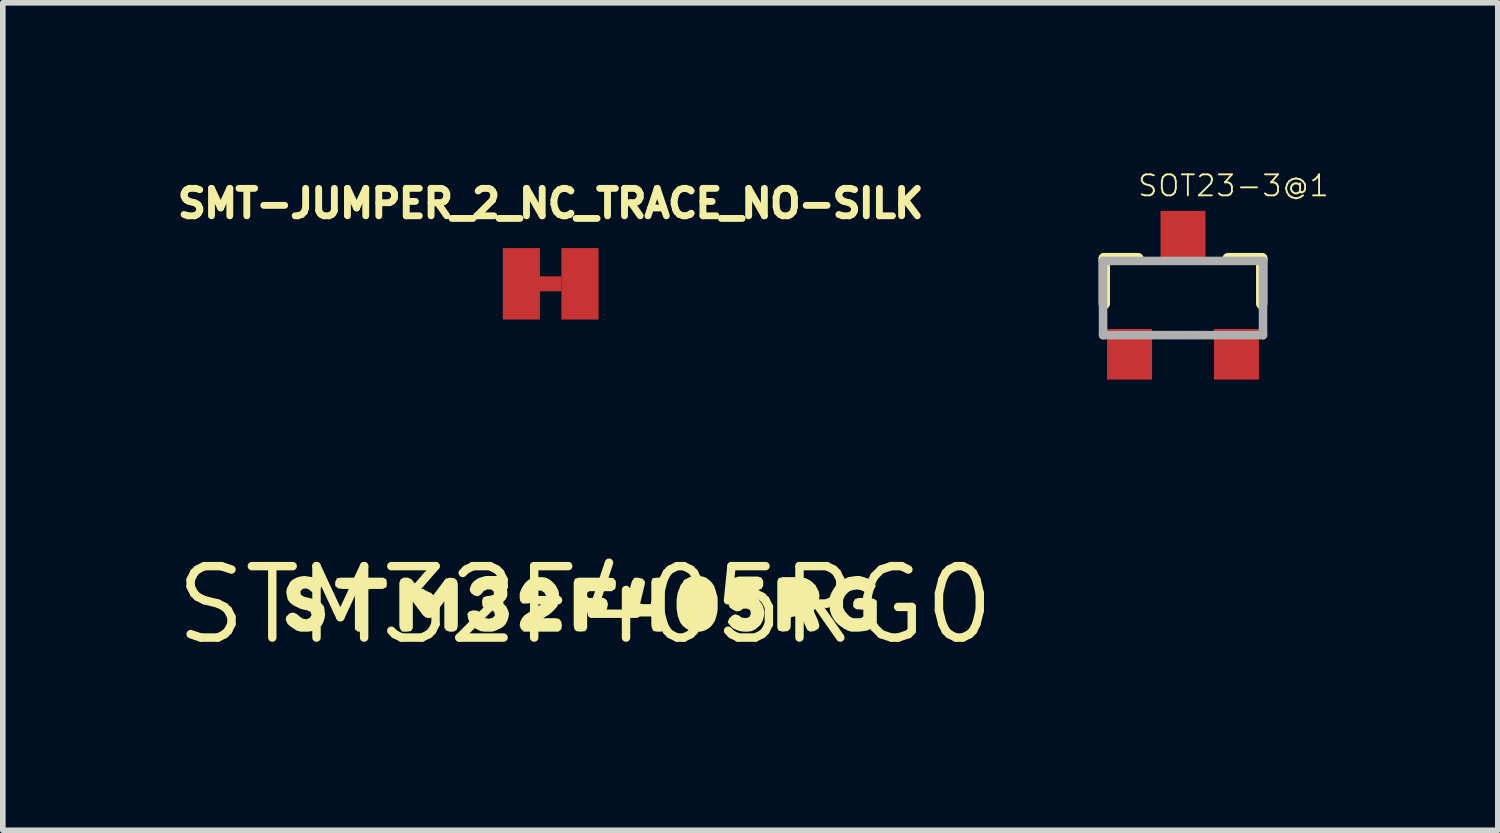
<source format=kicad_pcb>
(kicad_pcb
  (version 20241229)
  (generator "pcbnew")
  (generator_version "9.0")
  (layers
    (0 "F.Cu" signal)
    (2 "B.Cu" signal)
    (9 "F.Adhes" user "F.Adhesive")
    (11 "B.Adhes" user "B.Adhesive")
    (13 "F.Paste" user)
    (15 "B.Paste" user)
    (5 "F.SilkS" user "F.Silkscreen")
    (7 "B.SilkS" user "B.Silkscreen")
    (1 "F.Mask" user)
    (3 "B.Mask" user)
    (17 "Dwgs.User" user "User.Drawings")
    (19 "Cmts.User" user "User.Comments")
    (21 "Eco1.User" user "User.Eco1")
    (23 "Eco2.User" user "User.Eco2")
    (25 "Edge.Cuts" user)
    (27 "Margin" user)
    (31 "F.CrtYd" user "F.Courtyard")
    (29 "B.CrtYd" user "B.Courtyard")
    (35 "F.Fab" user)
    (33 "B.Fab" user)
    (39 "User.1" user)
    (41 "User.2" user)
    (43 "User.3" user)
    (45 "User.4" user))
  (footprint "SOT23-3@1"
    (layer "F.Cu")
    (at 17.984 2.249)
    (property "Reference" "SOT23-3@1" (at -0.826 -1.778 0) (layer "F.SilkS") (effects (font (size 0.374 0.374) (thickness 0.033)) (justify left bottom)))
    (fp_line (start -1.4 -0.7) (end -1.4 0.1) (stroke (width 0.203) (type solid)) (layer "F.SilkS"))
    (fp_line (start -0.8 -0.7) (end -1.4 -0.7) (stroke (width 0.203) (type solid)) (layer "F.SilkS"))
    (fp_line (start 0.8 -0.7) (end 1.4 -0.7) (stroke (width 0.203) (type solid)) (layer "F.SilkS"))
    (fp_line (start 1.4 -0.7) (end 1.4 0.1) (stroke (width 0.203) (type solid)) (layer "F.SilkS"))
    (fp_line (start -1.422 -0.66) (end 1.422 -0.66) (stroke (width 0.152) (type solid)) (layer "F.Fab"))
    (fp_line (start -1.422 0.66) (end -1.422 -0.66) (stroke (width 0.152) (type solid)) (layer "F.Fab"))
    (fp_line (start 1.422 -0.66) (end 1.422 0.66) (stroke (width 0.152) (type solid)) (layer "F.Fab"))
    (fp_line (start 1.422 0.66) (end -1.422 0.66) (stroke (width 0.152) (type solid)) (layer "F.Fab"))
    (pad "1" smd rect (at -0.95 1) (size 0.8 0.9) (layers "F.Cu" "F.Mask" "F.Paste"))
    (pad "2" smd rect (at 0.95 1) (size 0.8 0.9) (layers "F.Cu" "F.Mask" "F.Paste"))
    (pad "3" smd rect (at 0 -1.1) (size 0.8 0.9) (layers "F.Cu" "F.Mask" "F.Paste")))
  (footprint "STM32F405RG0"
    (layer "F.Cu")
    (at 7.355 7.706)
    (property "Reference" "STM32F405RG0" (at 0 0 0) (layer "F.SilkS") (effects (font (size 1.27 1.27) (thickness 0.15))))
    (fp_poly (pts (xy -3.535 -0.453) (xy -3.525 -0.38) (xy -3.535 -0.317) (xy -3.599 -0.285) (xy -3.81 -0.285) (xy -3.865 -0.276) (xy -3.865 0.401) (xy -3.897 0.465) (xy -3.96 0.475) (xy -4.042 0.475) (xy -4.095 0.432) (xy -4.095 -0.248) (xy -4.122 -0.285) (xy -4.32 -0.285) (xy -4.392 -0.295) (xy -4.445 -0.338) (xy -4.445 -0.411) (xy -4.413 -0.475) (xy -4.35 -0.485) (xy -3.589 -0.485)) (stroke (width 0) (type default)) (fill yes) (layer "F.SilkS"))
    (fp_poly (pts (xy 0.503 -0.475) (xy 0.545 -0.422) (xy 0.545 -0.35) (xy 0.535 -0.287) (xy 0.472 -0.245) (xy 0.072 -0.245) (xy 0.035 -0.217) (xy 0.035 -0.152) (xy 0.062 -0.125) (xy 0.332 -0.125) (xy 0.384 -0.083) (xy 0.405 -0.01) (xy 0.385 0.072) (xy 0.353 0.115) (xy 0.28 0.125) (xy 0.071 0.125) (xy 0.035 0.143) (xy 0.035 0.411) (xy 0.003 0.465) (xy -0.08 0.475) (xy -0.163 0.465) (xy -0.195 0.422) (xy -0.205 0.35) (xy -0.205 -0.401) (xy -0.184 -0.464) (xy -0.121 -0.485) (xy 0.43 -0.485)) (stroke (width 0) (type default)) (fill yes) (layer "F.SilkS"))
    (fp_poly (pts (xy 1.023 -0.464) (xy 1.065 -0.411) (xy 1.055 -0.349) (xy 0.976 -0.024) (xy 1.03 -0.015) (xy 1.166 -0.015) (xy 1.175 -0.07) (xy 1.175 -0.411) (xy 1.196 -0.475) (xy 1.27 -0.485) (xy 1.341 -0.485) (xy 1.394 -0.453) (xy 1.415 -0.381) (xy 1.415 0.36) (xy 1.405 0.433) (xy 1.352 0.475) (xy 1.28 0.475) (xy 1.217 0.465) (xy 1.185 0.412) (xy 1.175 0.34) (xy 1.175 0.205) (xy 0.85 0.205) (xy 0.768 0.195) (xy 0.715 0.163) (xy 0.705 0.09) (xy 0.715 0.029) (xy 0.815 -0.371) (xy 0.836 -0.432) (xy 0.878 -0.485) (xy 0.941 -0.485)) (stroke (width 0) (type default)) (fill yes) (layer "F.SilkS"))
    (fp_poly (pts (xy -2.328 -0.475) (xy -2.286 -0.443) (xy -2.265 -0.381) (xy -2.265 0.371) (xy -2.286 0.443) (xy -2.339 0.475) (xy -2.411 0.475) (xy -2.473 0.454) (xy -2.505 0.401) (xy -2.505 -0.065) (xy -2.666 0.153) (xy -2.697 0.194) (xy -2.759 0.235) (xy -2.832 0.225) (xy -2.884 0.184) (xy -3.064 -0.057) (xy -3.065 -0.058) (xy -3.065 0.411) (xy -3.097 0.465) (xy -3.17 0.475) (xy -3.252 0.475) (xy -3.295 0.422) (xy -3.305 0.36) (xy -3.305 -0.391) (xy -3.284 -0.453) (xy -3.231 -0.485) (xy -3.149 -0.485) (xy -3.087 -0.454) (xy -3.046 -0.403) (xy -2.798 -0.086) (xy -2.753 -0.104) (xy -2.604 -0.303) (xy -2.483 -0.464) (xy -2.41 -0.485)) (stroke (width 0) (type default)) (fill yes) (layer "F.SilkS"))
    (fp_poly (pts (xy 3.861 -0.485) (xy 3.922 -0.475) (xy 3.983 -0.444) (xy 4.048 -0.401) (xy 4.042 -0.395) (xy 4.094 -0.353) (xy 4.155 -0.232) (xy 4.165 -0.16) (xy 4.155 -0.089) (xy 4.145 -0.018) (xy 4.114 0.043) (xy 4.065 0.092) (xy 4.075 0.138) (xy 4.135 0.268) (xy 4.145 0.299) (xy 4.165 0.37) (xy 4.144 0.423) (xy 4.072 0.465) (xy 3.999 0.475) (xy 3.946 0.443) (xy 3.876 0.282) (xy 3.827 0.205) (xy 3.701 0.205) (xy 3.655 0.223) (xy 3.655 0.36) (xy 3.645 0.422) (xy 3.602 0.465) (xy 3.51 0.475) (xy 3.436 0.454) (xy 3.415 0.401) (xy 3.415 -0.421) (xy 3.436 -0.474) (xy 3.509 -0.495) (xy 3.79 -0.495)) (stroke (width 0) (type default)) (fill yes) (layer "F.SilkS"))
    (fp_poly (pts (xy 2.091 -0.505) (xy 2.152 -0.484) (xy 2.213 -0.434) (xy 2.254 -0.393) (xy 2.295 -0.332) (xy 2.315 -0.271) (xy 2.336 -0.196) (xy 2.336 -0.196) (xy 2.355 -0.131) (xy 2.355 0.08) (xy 2.345 0.151) (xy 2.325 0.221) (xy 2.305 0.282) (xy 2.274 0.333) (xy 2.234 0.384) (xy 2.183 0.424) (xy 2.122 0.455) (xy 2.051 0.475) (xy 1.909 0.475) (xy 1.848 0.455) (xy 1.787 0.414) (xy 1.736 0.374) (xy 1.696 0.323) (xy 1.665 0.252) (xy 1.645 0.191) (xy 1.635 0.131) (xy 1.625 0.06) (xy 1.625 -0.09) (xy 1.635 -0.161) (xy 1.645 -0.221) (xy 1.675 -0.292) (xy 1.696 -0.352) (xy 1.736 -0.403) (xy 1.756 -0.444) (xy 1.818 -0.474) (xy 1.878 -0.505) (xy 1.95 -0.515) (xy 2.02 -0.515)) (stroke (width 0) (type default)) (fill yes) (layer "F.SilkS"))
    (fp_poly (pts (xy 3.133 -0.484) (xy 3.165 -0.431) (xy 3.165 -0.339) (xy 3.133 -0.286) (xy 3.071 -0.265) (xy 2.87 -0.265) (xy 2.825 -0.256) (xy 2.825 -0.185) (xy 2.891 -0.185) (xy 2.952 -0.165) (xy 3.012 -0.145) (xy 3.073 -0.104) (xy 3.124 -0.043) (xy 3.155 0.008) (xy 3.175 0.079) (xy 3.185 0.14) (xy 3.175 0.211) (xy 3.155 0.282) (xy 3.124 0.343) (xy 3.073 0.394) (xy 3.023 0.434) (xy 2.962 0.465) (xy 2.89 0.475) (xy 2.82 0.475) (xy 2.749 0.465) (xy 2.688 0.445) (xy 2.627 0.414) (xy 2.576 0.363) (xy 2.534 0.311) (xy 2.556 0.247) (xy 2.617 0.186) (xy 2.67 0.165) (xy 2.732 0.186) (xy 2.782 0.225) (xy 2.859 0.235) (xy 2.916 0.216) (xy 2.945 0.159) (xy 2.935 0.093) (xy 2.879 0.065) (xy 2.812 0.065) (xy 2.752 0.105) (xy 2.689 0.115) (xy 2.627 0.084) (xy 2.566 0.043) (xy 2.555 0.000299) (xy 2.605 -0.391) (xy 2.615 -0.432) (xy 2.657 -0.484) (xy 2.729 -0.505) (xy 3.071 -0.505)) (stroke (width 0) (type default)) (fill yes) (layer "F.SilkS"))
    (fp_poly (pts (xy -0.698 -0.485) (xy -0.637 -0.454) (xy -0.587 -0.414) (xy -0.536 -0.363) (xy -0.506 -0.312) (xy -0.475 -0.252) (xy -0.465 -0.181) (xy -0.455 -0.11) (xy -0.475 -0.049) (xy -0.495 0.022) (xy -0.536 0.073) (xy -0.587 0.124) (xy -0.647 0.174) (xy -0.697 0.204) (xy -0.742 0.231) (xy -0.738 0.235) (xy -0.54 0.235) (xy -0.467 0.245) (xy -0.425 0.298) (xy -0.415 0.37) (xy -0.425 0.433) (xy -0.478 0.475) (xy -1.092 0.475) (xy -1.144 0.423) (xy -1.165 0.36) (xy -1.155 0.298) (xy -1.124 0.237) (xy -1.083 0.186) (xy -1.023 0.146) (xy -0.853 0.036) (xy -0.793 -0.004) (xy -0.754 -0.043) (xy -0.715 -0.102) (xy -0.695 -0.16) (xy -0.724 -0.217) (xy -0.782 -0.255) (xy -0.848 -0.255) (xy -0.896 -0.217) (xy -0.925 -0.159) (xy -0.925 -0.099) (xy -0.957 -0.046) (xy -1.019 -0.025) (xy -1.112 -0.025) (xy -1.155 -0.068) (xy -1.165 -0.13) (xy -1.165 -0.201) (xy -1.145 -0.262) (xy -1.114 -0.323) (xy -1.074 -0.383) (xy -1.023 -0.434) (xy -0.972 -0.465) (xy -0.911 -0.485) (xy -0.84 -0.495) (xy -0.77 -0.495)) (stroke (width 0) (type default)) (fill yes) (layer "F.SilkS"))
    (fp_poly (pts (xy -4.919 -0.505) (xy -4.859 -0.495) (xy -4.788 -0.475) (xy -4.737 -0.434) (xy -4.685 -0.382) (xy -4.685 -0.328) (xy -4.737 -0.256) (xy -4.789 -0.225) (xy -4.852 -0.225) (xy -4.912 -0.276) (xy -4.97 -0.295) (xy -5.027 -0.285) (xy -5.065 -0.239) (xy -5.055 -0.183) (xy -4.998 -0.145) (xy -4.869 -0.115) (xy -4.798 -0.095) (xy -4.737 -0.064) (xy -4.686 -0.024) (xy -4.645 0.028) (xy -4.635 0.089) (xy -4.625 0.17) (xy -4.635 0.241) (xy -4.655 0.302) (xy -4.686 0.363) (xy -4.737 0.404) (xy -4.858 0.465) (xy -4.93 0.475) (xy -5.061 0.475) (xy -5.132 0.455) (xy -5.193 0.414) (xy -5.253 0.374) (xy -5.294 0.333) (xy -5.325 0.261) (xy -5.315 0.208) (xy -5.252 0.145) (xy -5.189 0.135) (xy -5.137 0.156) (xy -5.077 0.206) (xy -5.018 0.245) (xy -4.951 0.255) (xy -4.894 0.226) (xy -4.865 0.179) (xy -4.884 0.124) (xy -4.942 0.095) (xy -5.001 0.085) (xy -5.072 0.065) (xy -5.193 0.004) (xy -5.244 -0.036) (xy -5.285 -0.088) (xy -5.305 -0.159) (xy -5.315 -0.23) (xy -5.305 -0.292) (xy -5.244 -0.413) (xy -5.193 -0.454) (xy -5.132 -0.485) (xy -5.071 -0.505) (xy -4.99 -0.515)) (stroke (width 0) (type default)) (fill yes) (layer "F.SilkS"))
    (fp_poly (pts (xy -1.466 -0.413) (xy -1.426 -0.363) (xy -1.395 -0.302) (xy -1.385 -0.23) (xy -1.385 -0.159) (xy -1.416 -0.097) (xy -1.455 -0.058) (xy -1.455 -0.022) (xy -1.406 0.027) (xy -1.375 0.088) (xy -1.355 0.15) (xy -1.365 0.221) (xy -1.385 0.282) (xy -1.416 0.343) (xy -1.467 0.394) (xy -1.588 0.455) (xy -1.649 0.475) (xy -1.79 0.475) (xy -1.862 0.465) (xy -1.983 0.404) (xy -2.024 0.353) (xy -2.065 0.292) (xy -2.085 0.231) (xy -2.095 0.159) (xy -2.063 0.116) (xy -1.99 0.095) (xy -1.908 0.105) (xy -1.866 0.137) (xy -1.836 0.206) (xy -1.778 0.235) (xy -1.71 0.245) (xy -1.643 0.226) (xy -1.605 0.188) (xy -1.615 0.132) (xy -1.662 0.085) (xy -1.731 0.075) (xy -1.793 0.065) (xy -1.825 0.022) (xy -1.835 -0.071) (xy -1.814 -0.134) (xy -1.761 -0.155) (xy -1.681 -0.165) (xy -1.625 -0.184) (xy -1.625 -0.238) (xy -1.672 -0.275) (xy -1.749 -0.275) (xy -1.807 -0.246) (xy -1.846 -0.196) (xy -1.899 -0.155) (xy -1.962 -0.165) (xy -2.024 -0.206) (xy -2.055 -0.259) (xy -2.045 -0.311) (xy -2.014 -0.383) (xy -1.963 -0.434) (xy -1.902 -0.475) (xy -1.841 -0.495) (xy -1.771 -0.515) (xy -1.568 -0.515)) (stroke (width 0) (type default)) (fill yes) (layer "F.SilkS"))
    (fp_poly (pts (xy 4.951 -0.495) (xy 5.012 -0.475) (xy 5.073 -0.444) (xy 5.134 -0.403) (xy 5.166 -0.34) (xy 5.134 -0.277) (xy 5.073 -0.215) (xy 5.03 -0.205) (xy 4.899 -0.265) (xy 4.83 -0.275) (xy 4.761 -0.265) (xy 4.702 -0.246) (xy 4.654 -0.206) (xy 4.614 -0.157) (xy 4.585 -0.089) (xy 4.585 0.049) (xy 4.614 0.107) (xy 4.654 0.157) (xy 4.703 0.206) (xy 4.761 0.235) (xy 4.899 0.235) (xy 4.945 0.207) (xy 4.945 0.085) (xy 4.818 0.075) (xy 4.765 0.032) (xy 4.765 -0.041) (xy 4.796 -0.104) (xy 4.859 -0.125) (xy 5.061 -0.125) (xy 5.142 -0.105) (xy 5.185 -0.072) (xy 5.185 0.28) (xy 5.175 0.342) (xy 5.123 0.394) (xy 5.072 0.424) (xy 5.012 0.455) (xy 4.951 0.465) (xy 4.87 0.475) (xy 4.729 0.475) (xy 4.668 0.455) (xy 4.607 0.424) (xy 4.547 0.384) (xy 4.497 0.344) (xy 4.446 0.293) (xy 4.406 0.233) (xy 4.375 0.172) (xy 4.355 0.111) (xy 4.345 0.04) (xy 4.345 -0.1) (xy 4.355 -0.161) (xy 4.386 -0.232) (xy 4.416 -0.283) (xy 4.456 -0.343) (xy 4.507 -0.394) (xy 4.557 -0.434) (xy 4.678 -0.495) (xy 4.749 -0.505) (xy 4.82 -0.515) (xy 4.881 -0.515)) (stroke (width 0) (type default)) (fill yes) (layer "F.SilkS")))
  (footprint "SMT-JUMPER_2_NC_TRACE_NO-SILK"
    (layer "F.Cu")
    (at 6.741 1.996)
    (property "Reference" "SMT-JUMPER_2_NC_TRACE_NO-SILK" (at 0 -1.143 0) (layer "F.SilkS") (effects (font (size 0.488 0.488) (thickness 0.122)) (justify bottom)))
    (fp_poly (pts (xy 0.191 0.133) (xy -0.705 0.133) (xy -0.705 -0.133) (xy 0.191 -0.133)) (stroke (width 0) (type default)) (fill yes) (layer "F.Cu"))
    (fp_poly (pts (xy 0.254 0.191) (xy -0.254 0.191) (xy -0.254 -0.191) (xy 0.254 -0.191)) (stroke (width 0) (type default)) (fill yes) (layer "F.Mask"))
    (pad "1" smd rect (at -0.521 0) (size 0.66 1.27) (layers "F.Cu" "F.Mask"))
    (pad "2" smd rect (at 0.521 0) (size 0.66 1.27) (layers "F.Cu" "F.Mask")))
  (gr_rect
    (start -3 -3)
    (end 23.581 11.712)
    (stroke (width 0.1) (type default))
    (fill no)
    (layer "Edge.Cuts")))
</source>
